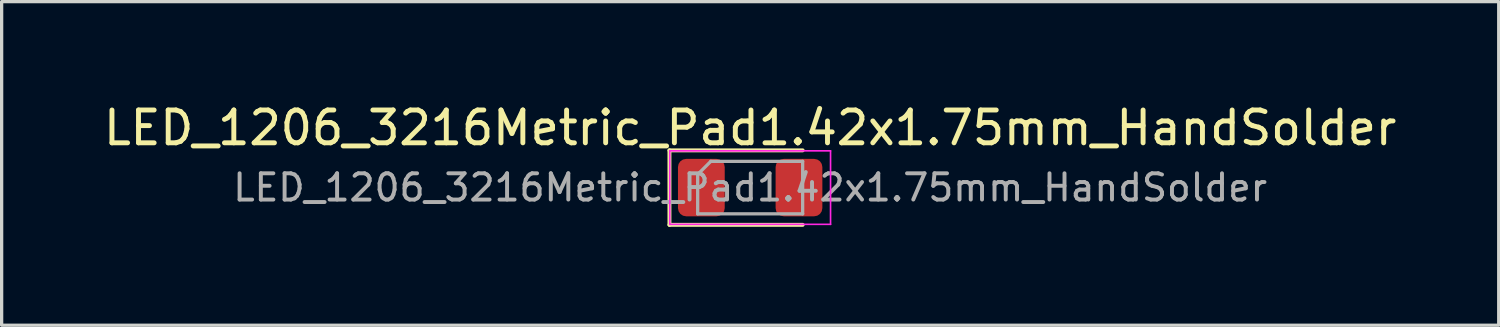
<source format=kicad_pcb>
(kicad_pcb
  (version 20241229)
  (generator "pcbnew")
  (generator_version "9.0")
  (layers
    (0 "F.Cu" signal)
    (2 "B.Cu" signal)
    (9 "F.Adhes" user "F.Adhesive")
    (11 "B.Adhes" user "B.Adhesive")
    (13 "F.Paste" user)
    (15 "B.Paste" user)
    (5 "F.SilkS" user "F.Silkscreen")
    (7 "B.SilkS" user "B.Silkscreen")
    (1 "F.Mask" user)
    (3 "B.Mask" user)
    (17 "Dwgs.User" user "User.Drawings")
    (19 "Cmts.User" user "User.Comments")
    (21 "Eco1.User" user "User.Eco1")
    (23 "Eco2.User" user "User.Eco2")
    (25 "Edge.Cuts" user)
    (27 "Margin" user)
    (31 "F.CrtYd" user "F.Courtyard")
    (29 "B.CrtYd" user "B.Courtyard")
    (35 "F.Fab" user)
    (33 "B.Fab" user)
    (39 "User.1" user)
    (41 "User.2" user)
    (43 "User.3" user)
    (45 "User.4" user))
  (footprint "LED_1206_3216Metric_Pad1.42x1.75mm_HandSolder"
    (layer "F.Cu")
    (at 19.815 2.668)
    (property "Reference" "LED_1206_3216Metric_Pad1.42x1.75mm_HandSolder" (at 0 -1.82 0) (layer "F.SilkS") (effects (font (size 1 1) (thickness 0.15))))
    (attr smd)
    (fp_line (start -2.46 -1.135) (end -2.46 1.135) (stroke (width 0.12) (type solid)) (layer "F.SilkS"))
    (fp_line (start -2.46 1.135) (end 1.6 1.135) (stroke (width 0.12) (type solid)) (layer "F.SilkS"))
    (fp_line (start 1.6 -1.135) (end -2.46 -1.135) (stroke (width 0.12) (type solid)) (layer "F.SilkS"))
    (fp_line (start -2.45 -1.12) (end 2.45 -1.12) (stroke (width 0.05) (type solid)) (layer "F.CrtYd"))
    (fp_line (start -2.45 1.12) (end -2.45 -1.12) (stroke (width 0.05) (type solid)) (layer "F.CrtYd"))
    (fp_line (start 2.45 -1.12) (end 2.45 1.12) (stroke (width 0.05) (type solid)) (layer "F.CrtYd"))
    (fp_line (start 2.45 1.12) (end -2.45 1.12) (stroke (width 0.05) (type solid)) (layer "F.CrtYd"))
    (fp_line (start -1.6 -0.4) (end -1.6 0.8) (stroke (width 0.1) (type solid)) (layer "F.Fab"))
    (fp_line (start -1.6 0.8) (end 1.6 0.8) (stroke (width 0.1) (type solid)) (layer "F.Fab"))
    (fp_line (start -1.2 -0.8) (end -1.6 -0.4) (stroke (width 0.1) (type solid)) (layer "F.Fab"))
    (fp_line (start 1.6 -0.8) (end -1.2 -0.8) (stroke (width 0.1) (type solid)) (layer "F.Fab"))
    (fp_line (start 1.6 0.8) (end 1.6 -0.8) (stroke (width 0.1) (type solid)) (layer "F.Fab"))
    (fp_text user "${REFERENCE}" (at 0 0 0) (layer "F.Fab") (effects (font (size 0.8 0.8) (thickness 0.12))))
    (pad "1" smd roundrect (at -1.488 0) (size 1.425 1.75) (layers "F.Cu" "F.Mask" "F.Paste") (roundrect_rratio 0.175))
    (pad "2" smd roundrect (at 1.488 0) (size 1.425 1.75) (layers "F.Cu" "F.Mask" "F.Paste") (roundrect_rratio 0.175)))
  (gr_rect
    (start -3 -3)
    (end 42.631 6.863)
    (stroke (width 0.1) (type default))
    (fill no)
    (layer "Edge.Cuts")))
</source>
